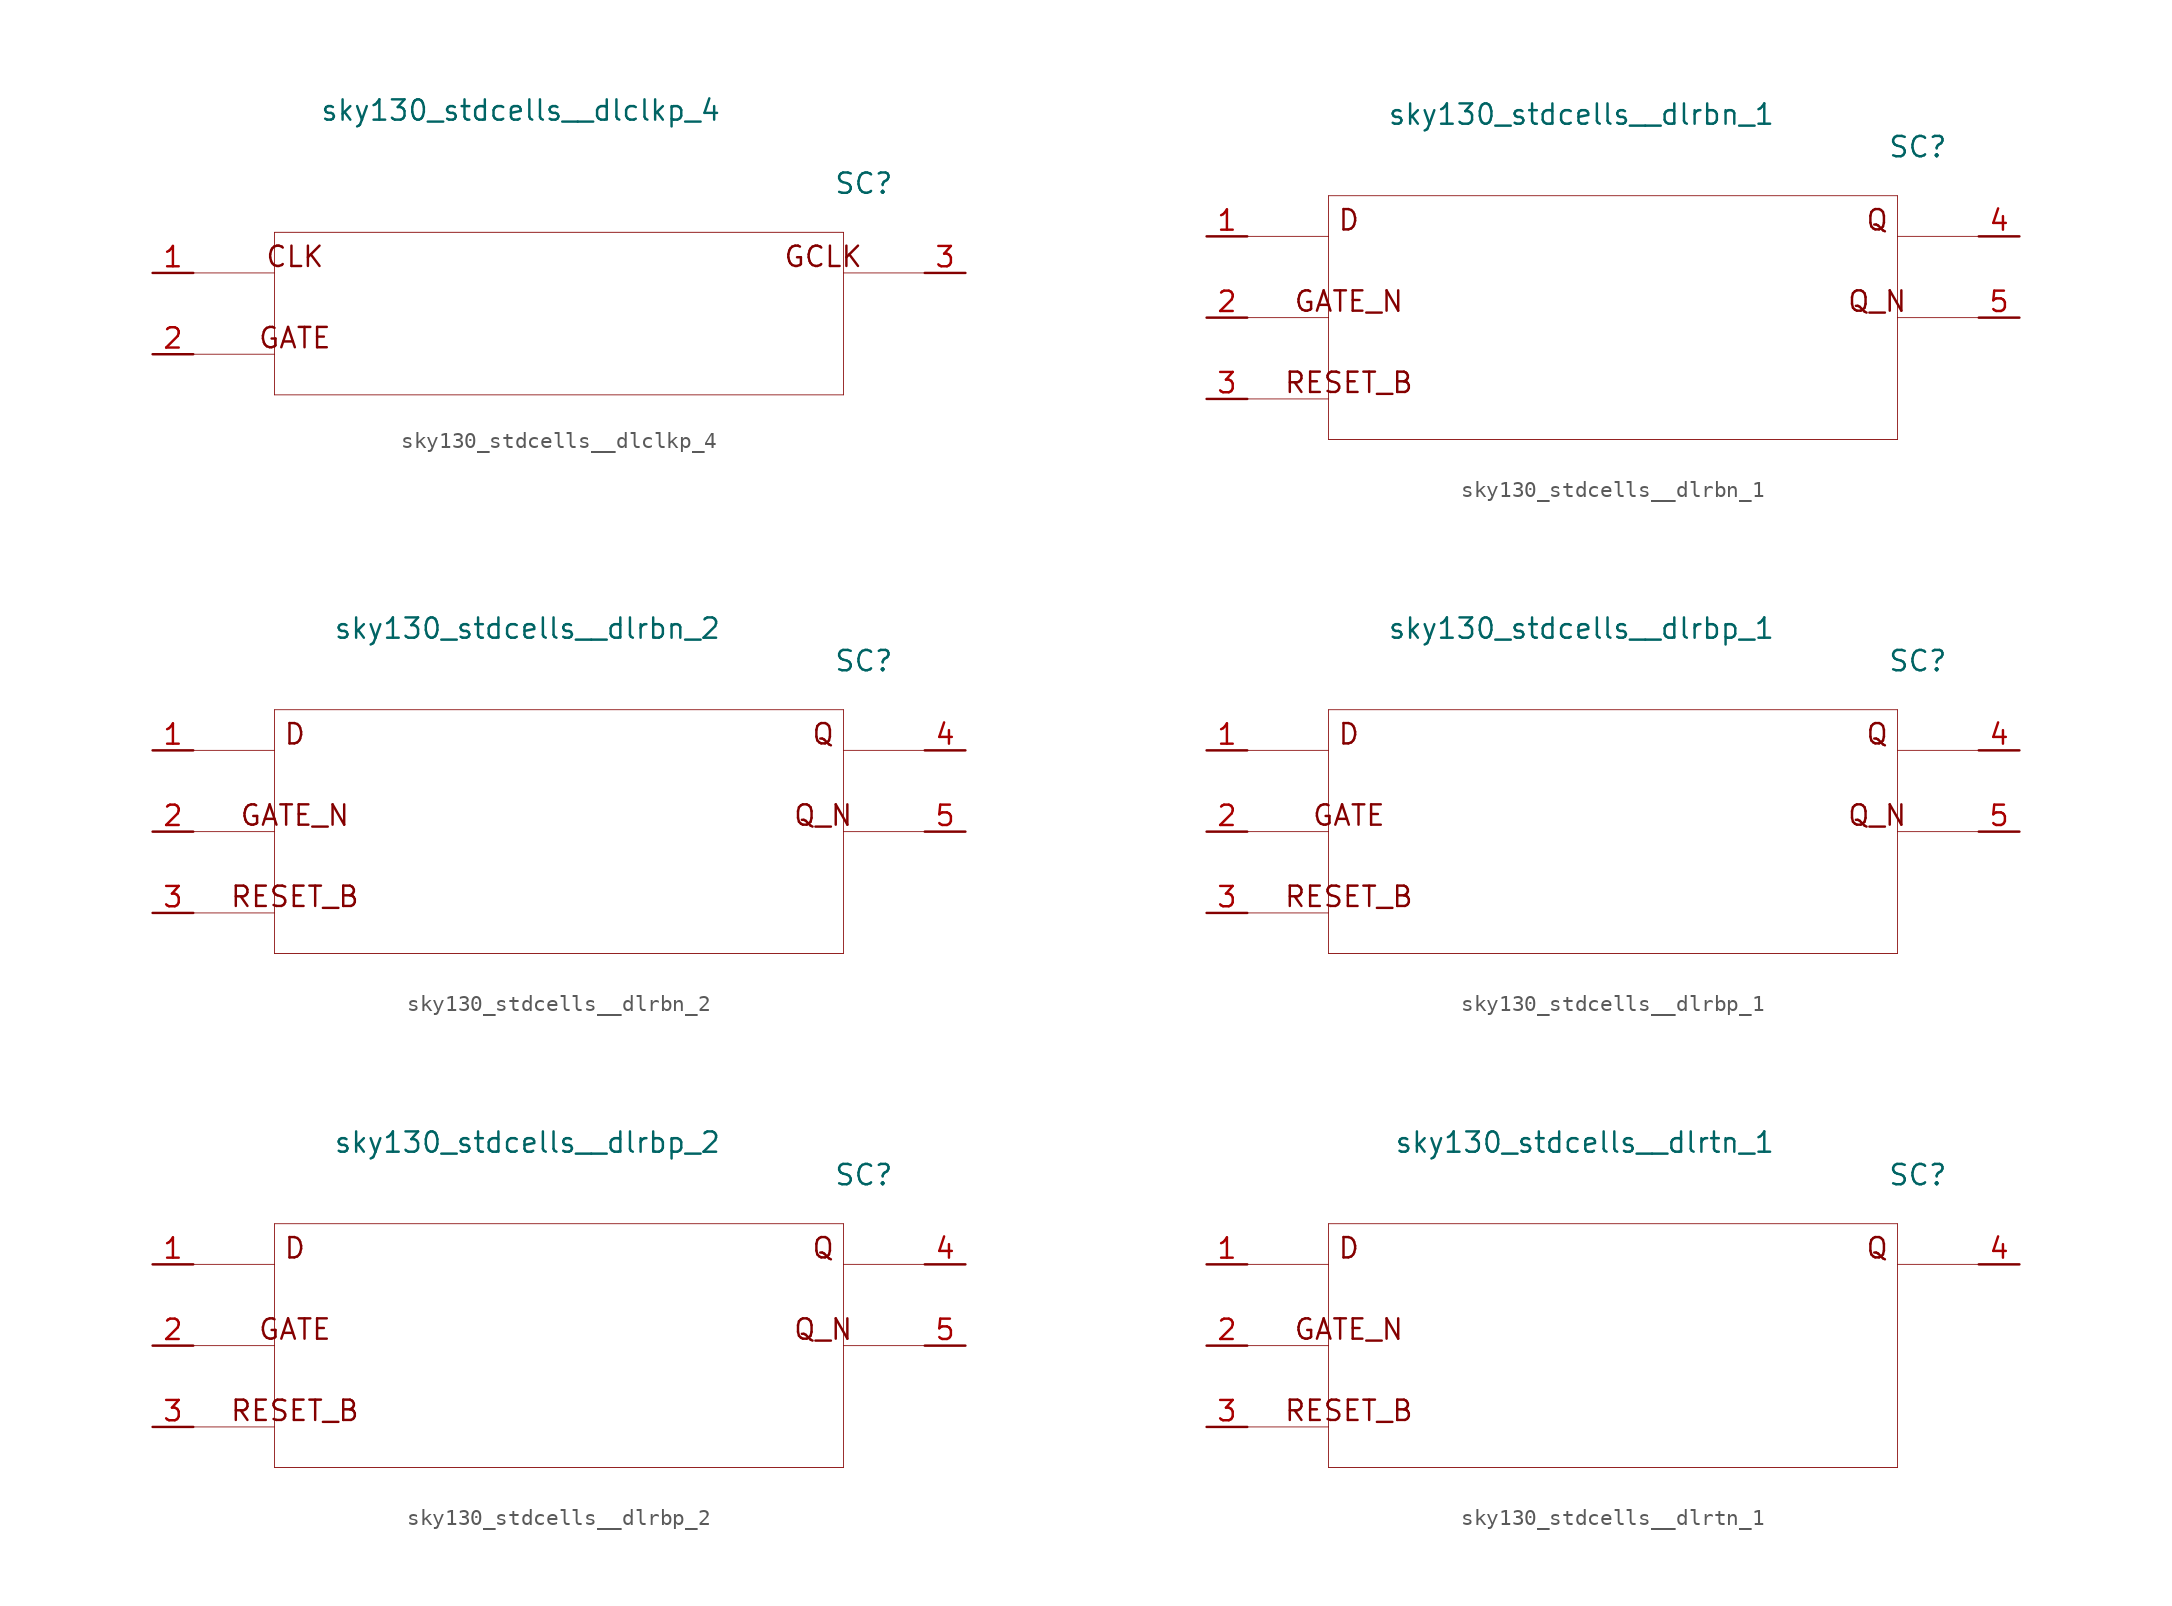
<source format=kicad_sym>
(kicad_symbol_lib
  (version 20211014)
  (generator kicad_symbol_editor)
  (symbol "sky130_stdcells__dlclkp_4"
    (pin_names hide)
    (property "Reference" "SC"
      (at 19.05 8.128 0)
      (effects (font (size 1.27 1.27))))
    (property "Value" "sky130_stdcells__dlclkp_4"
      (at 10.16 12.7 0)
      (effects (font (size 1.27 1.27)) (justify right)))
    (symbol "sky130_stdcells__dlclkp_4_0_0"
      (polyline (pts (xy -22.86 -2.54) (xy -17.78 -2.54)) (stroke (width 0.051) (type default) (color 0 0 0 0)) (fill (type none)))
      (polyline (pts (xy -22.86 2.54) (xy -17.78 2.54)) (stroke (width 0.051) (type default) (color 0 0 0 0)) (fill (type none)))
      (polyline (pts (xy -17.78 -5.08) (xy 17.78 -5.08)) (stroke (width 0.051) (type default) (color 0 0 0 0)) (fill (type none)))
      (polyline (pts (xy -17.78 5.08) (xy -17.78 -5.08)) (stroke (width 0.051) (type default) (color 0 0 0 0)) (fill (type none)))
      (polyline (pts (xy -17.78 5.08) (xy 17.78 5.08)) (stroke (width 0.051) (type default) (color 0 0 0 0)) (fill (type none)))
      (polyline (pts (xy 17.78 2.54) (xy 22.86 2.54)) (stroke (width 0.051) (type default) (color 0 0 0 0)) (fill (type none)))
      (polyline (pts (xy 17.78 5.08) (xy 17.78 -5.08)) (stroke (width 0.051) (type default) (color 0 0 0 0)) (fill (type none)))
      (text "CLK" (at -16.51 3.556 0) (effects (font (size 1.27 1.27))))
      (text "GATE" (at -16.51 -1.524 0) (effects (font (size 1.27 1.27))))
      (text "GCLK" (at 16.51 3.556 0) (effects (font (size 1.27 1.27)))))
    (symbol "sky130_stdcells__dlclkp_4_1_1"
      (pin input line (at -25.4 2.54 0) (length 2.54) (name "CLK" (effects (font (size 1.092 1.092)))) (number "1" (effects (font (size 1.27 1.27)))))
      (pin input line (at -25.4 -2.54 0) (length 2.54) (name "GATE" (effects (font (size 1.092 1.092)))) (number "2" (effects (font (size 1.27 1.27)))))
      (pin output line (at 25.4 2.54 180) (length 2.54) (name "GCLK" (effects (font (size 1.092 1.092)))) (number "3" (effects (font (size 1.27 1.27)))))))
  (symbol "sky130_stdcells__dlrbn_1"
    (pin_names hide)
    (property "Reference" "SC"
      (at 19.05 10.668 0)
      (effects (font (size 1.27 1.27))))
    (property "Value" "sky130_stdcells__dlrbn_1"
      (at 10.16 12.7 0)
      (effects (font (size 1.27 1.27)) (justify right)))
    (symbol "sky130_stdcells__dlrbn_1_0_0"
      (polyline (pts (xy -22.86 -5.08) (xy -17.78 -5.08)) (stroke (width 0.051) (type default) (color 0 0 0 0)) (fill (type none)))
      (polyline (pts (xy -22.86 0) (xy -17.78 0)) (stroke (width 0.051) (type default) (color 0 0 0 0)) (fill (type none)))
      (polyline (pts (xy -22.86 5.08) (xy -17.78 5.08)) (stroke (width 0.051) (type default) (color 0 0 0 0)) (fill (type none)))
      (polyline (pts (xy -17.78 -7.62) (xy 17.78 -7.62)) (stroke (width 0.051) (type default) (color 0 0 0 0)) (fill (type none)))
      (polyline (pts (xy -17.78 7.62) (xy -17.78 -7.62)) (stroke (width 0.051) (type default) (color 0 0 0 0)) (fill (type none)))
      (polyline (pts (xy -17.78 7.62) (xy 17.78 7.62)) (stroke (width 0.051) (type default) (color 0 0 0 0)) (fill (type none)))
      (polyline (pts (xy 17.78 0) (xy 22.86 0)) (stroke (width 0.051) (type default) (color 0 0 0 0)) (fill (type none)))
      (polyline (pts (xy 17.78 5.08) (xy 22.86 5.08)) (stroke (width 0.051) (type default) (color 0 0 0 0)) (fill (type none)))
      (polyline (pts (xy 17.78 7.62) (xy 17.78 -7.62)) (stroke (width 0.051) (type default) (color 0 0 0 0)) (fill (type none)))
      (text "D" (at -16.51 6.096 0) (effects (font (size 1.27 1.27))))
      (text "GATE_N" (at -16.51 1.016 0) (effects (font (size 1.27 1.27))))
      (text "Q" (at 16.51 6.096 0) (effects (font (size 1.27 1.27))))
      (text "Q_N" (at 16.51 1.016 0) (effects (font (size 1.27 1.27))))
      (text "RESET_B" (at -16.51 -4.064 0) (effects (font (size 1.27 1.27)))))
    (symbol "sky130_stdcells__dlrbn_1_1_1"
      (pin input line (at -25.4 5.08 0) (length 2.54) (name "D" (effects (font (size 1.092 1.092)))) (number "1" (effects (font (size 1.27 1.27)))))
      (pin input line (at -25.4 0 0) (length 2.54) (name "GATE_N" (effects (font (size 1.092 1.092)))) (number "2" (effects (font (size 1.27 1.27)))))
      (pin input line (at -25.4 -5.08 0) (length 2.54) (name "RESET_B" (effects (font (size 1.092 1.092)))) (number "3" (effects (font (size 1.27 1.27)))))
      (pin output line (at 25.4 5.08 180) (length 2.54) (name "Q" (effects (font (size 1.092 1.092)))) (number "4" (effects (font (size 1.27 1.27)))))
      (pin output line (at 25.4 0 180) (length 2.54) (name "Q_N" (effects (font (size 1.092 1.092)))) (number "5" (effects (font (size 1.27 1.27)))))))
  (symbol "sky130_stdcells__dlrbn_2"
    (pin_names hide)
    (property "Reference" "SC"
      (at 19.05 10.668 0)
      (effects (font (size 1.27 1.27))))
    (property "Value" "sky130_stdcells__dlrbn_2"
      (at 10.16 12.7 0)
      (effects (font (size 1.27 1.27)) (justify right)))
    (symbol "sky130_stdcells__dlrbn_2_0_0"
      (polyline (pts (xy -22.86 -5.08) (xy -17.78 -5.08)) (stroke (width 0.051) (type default) (color 0 0 0 0)) (fill (type none)))
      (polyline (pts (xy -22.86 0) (xy -17.78 0)) (stroke (width 0.051) (type default) (color 0 0 0 0)) (fill (type none)))
      (polyline (pts (xy -22.86 5.08) (xy -17.78 5.08)) (stroke (width 0.051) (type default) (color 0 0 0 0)) (fill (type none)))
      (polyline (pts (xy -17.78 -7.62) (xy 17.78 -7.62)) (stroke (width 0.051) (type default) (color 0 0 0 0)) (fill (type none)))
      (polyline (pts (xy -17.78 7.62) (xy -17.78 -7.62)) (stroke (width 0.051) (type default) (color 0 0 0 0)) (fill (type none)))
      (polyline (pts (xy -17.78 7.62) (xy 17.78 7.62)) (stroke (width 0.051) (type default) (color 0 0 0 0)) (fill (type none)))
      (polyline (pts (xy 17.78 0) (xy 22.86 0)) (stroke (width 0.051) (type default) (color 0 0 0 0)) (fill (type none)))
      (polyline (pts (xy 17.78 5.08) (xy 22.86 5.08)) (stroke (width 0.051) (type default) (color 0 0 0 0)) (fill (type none)))
      (polyline (pts (xy 17.78 7.62) (xy 17.78 -7.62)) (stroke (width 0.051) (type default) (color 0 0 0 0)) (fill (type none)))
      (text "D" (at -16.51 6.096 0) (effects (font (size 1.27 1.27))))
      (text "GATE_N" (at -16.51 1.016 0) (effects (font (size 1.27 1.27))))
      (text "Q" (at 16.51 6.096 0) (effects (font (size 1.27 1.27))))
      (text "Q_N" (at 16.51 1.016 0) (effects (font (size 1.27 1.27))))
      (text "RESET_B" (at -16.51 -4.064 0) (effects (font (size 1.27 1.27)))))
    (symbol "sky130_stdcells__dlrbn_2_1_1"
      (pin input line (at -25.4 5.08 0) (length 2.54) (name "D" (effects (font (size 1.092 1.092)))) (number "1" (effects (font (size 1.27 1.27)))))
      (pin input line (at -25.4 0 0) (length 2.54) (name "GATE_N" (effects (font (size 1.092 1.092)))) (number "2" (effects (font (size 1.27 1.27)))))
      (pin input line (at -25.4 -5.08 0) (length 2.54) (name "RESET_B" (effects (font (size 1.092 1.092)))) (number "3" (effects (font (size 1.27 1.27)))))
      (pin output line (at 25.4 5.08 180) (length 2.54) (name "Q" (effects (font (size 1.092 1.092)))) (number "4" (effects (font (size 1.27 1.27)))))
      (pin output line (at 25.4 0 180) (length 2.54) (name "Q_N" (effects (font (size 1.092 1.092)))) (number "5" (effects (font (size 1.27 1.27)))))))
  (symbol "sky130_stdcells__dlrbp_1"
    (pin_names hide)
    (property "Reference" "SC"
      (at 19.05 10.668 0)
      (effects (font (size 1.27 1.27))))
    (property "Value" "sky130_stdcells__dlrbp_1"
      (at 10.16 12.7 0)
      (effects (font (size 1.27 1.27)) (justify right)))
    (symbol "sky130_stdcells__dlrbp_1_0_0"
      (polyline (pts (xy -22.86 -5.08) (xy -17.78 -5.08)) (stroke (width 0.051) (type default) (color 0 0 0 0)) (fill (type none)))
      (polyline (pts (xy -22.86 0) (xy -17.78 0)) (stroke (width 0.051) (type default) (color 0 0 0 0)) (fill (type none)))
      (polyline (pts (xy -22.86 5.08) (xy -17.78 5.08)) (stroke (width 0.051) (type default) (color 0 0 0 0)) (fill (type none)))
      (polyline (pts (xy -17.78 -7.62) (xy 17.78 -7.62)) (stroke (width 0.051) (type default) (color 0 0 0 0)) (fill (type none)))
      (polyline (pts (xy -17.78 7.62) (xy -17.78 -7.62)) (stroke (width 0.051) (type default) (color 0 0 0 0)) (fill (type none)))
      (polyline (pts (xy -17.78 7.62) (xy 17.78 7.62)) (stroke (width 0.051) (type default) (color 0 0 0 0)) (fill (type none)))
      (polyline (pts (xy 17.78 0) (xy 22.86 0)) (stroke (width 0.051) (type default) (color 0 0 0 0)) (fill (type none)))
      (polyline (pts (xy 17.78 5.08) (xy 22.86 5.08)) (stroke (width 0.051) (type default) (color 0 0 0 0)) (fill (type none)))
      (polyline (pts (xy 17.78 7.62) (xy 17.78 -7.62)) (stroke (width 0.051) (type default) (color 0 0 0 0)) (fill (type none)))
      (text "D" (at -16.51 6.096 0) (effects (font (size 1.27 1.27))))
      (text "GATE" (at -16.51 1.016 0) (effects (font (size 1.27 1.27))))
      (text "Q" (at 16.51 6.096 0) (effects (font (size 1.27 1.27))))
      (text "Q_N" (at 16.51 1.016 0) (effects (font (size 1.27 1.27))))
      (text "RESET_B" (at -16.51 -4.064 0) (effects (font (size 1.27 1.27)))))
    (symbol "sky130_stdcells__dlrbp_1_1_1"
      (pin input line (at -25.4 5.08 0) (length 2.54) (name "D" (effects (font (size 1.092 1.092)))) (number "1" (effects (font (size 1.27 1.27)))))
      (pin input line (at -25.4 0 0) (length 2.54) (name "GATE" (effects (font (size 1.092 1.092)))) (number "2" (effects (font (size 1.27 1.27)))))
      (pin input line (at -25.4 -5.08 0) (length 2.54) (name "RESET_B" (effects (font (size 1.092 1.092)))) (number "3" (effects (font (size 1.27 1.27)))))
      (pin output line (at 25.4 5.08 180) (length 2.54) (name "Q" (effects (font (size 1.092 1.092)))) (number "4" (effects (font (size 1.27 1.27)))))
      (pin output line (at 25.4 0 180) (length 2.54) (name "Q_N" (effects (font (size 1.092 1.092)))) (number "5" (effects (font (size 1.27 1.27)))))))
  (symbol "sky130_stdcells__dlrbp_2"
    (pin_names hide)
    (property "Reference" "SC"
      (at 19.05 10.668 0)
      (effects (font (size 1.27 1.27))))
    (property "Value" "sky130_stdcells__dlrbp_2"
      (at 10.16 12.7 0)
      (effects (font (size 1.27 1.27)) (justify right)))
    (symbol "sky130_stdcells__dlrbp_2_0_0"
      (polyline (pts (xy -22.86 -5.08) (xy -17.78 -5.08)) (stroke (width 0.051) (type default) (color 0 0 0 0)) (fill (type none)))
      (polyline (pts (xy -22.86 0) (xy -17.78 0)) (stroke (width 0.051) (type default) (color 0 0 0 0)) (fill (type none)))
      (polyline (pts (xy -22.86 5.08) (xy -17.78 5.08)) (stroke (width 0.051) (type default) (color 0 0 0 0)) (fill (type none)))
      (polyline (pts (xy -17.78 -7.62) (xy 17.78 -7.62)) (stroke (width 0.051) (type default) (color 0 0 0 0)) (fill (type none)))
      (polyline (pts (xy -17.78 7.62) (xy -17.78 -7.62)) (stroke (width 0.051) (type default) (color 0 0 0 0)) (fill (type none)))
      (polyline (pts (xy -17.78 7.62) (xy 17.78 7.62)) (stroke (width 0.051) (type default) (color 0 0 0 0)) (fill (type none)))
      (polyline (pts (xy 17.78 0) (xy 22.86 0)) (stroke (width 0.051) (type default) (color 0 0 0 0)) (fill (type none)))
      (polyline (pts (xy 17.78 5.08) (xy 22.86 5.08)) (stroke (width 0.051) (type default) (color 0 0 0 0)) (fill (type none)))
      (polyline (pts (xy 17.78 7.62) (xy 17.78 -7.62)) (stroke (width 0.051) (type default) (color 0 0 0 0)) (fill (type none)))
      (text "D" (at -16.51 6.096 0) (effects (font (size 1.27 1.27))))
      (text "GATE" (at -16.51 1.016 0) (effects (font (size 1.27 1.27))))
      (text "Q" (at 16.51 6.096 0) (effects (font (size 1.27 1.27))))
      (text "Q_N" (at 16.51 1.016 0) (effects (font (size 1.27 1.27))))
      (text "RESET_B" (at -16.51 -4.064 0) (effects (font (size 1.27 1.27)))))
    (symbol "sky130_stdcells__dlrbp_2_1_1"
      (pin input line (at -25.4 5.08 0) (length 2.54) (name "D" (effects (font (size 1.092 1.092)))) (number "1" (effects (font (size 1.27 1.27)))))
      (pin input line (at -25.4 0 0) (length 2.54) (name "GATE" (effects (font (size 1.092 1.092)))) (number "2" (effects (font (size 1.27 1.27)))))
      (pin input line (at -25.4 -5.08 0) (length 2.54) (name "RESET_B" (effects (font (size 1.092 1.092)))) (number "3" (effects (font (size 1.27 1.27)))))
      (pin output line (at 25.4 5.08 180) (length 2.54) (name "Q" (effects (font (size 1.092 1.092)))) (number "4" (effects (font (size 1.27 1.27)))))
      (pin output line (at 25.4 0 180) (length 2.54) (name "Q_N" (effects (font (size 1.092 1.092)))) (number "5" (effects (font (size 1.27 1.27)))))))
  (symbol "sky130_stdcells__dlrtn_1"
    (pin_names hide)
    (property "Reference" "SC"
      (at 19.05 10.668 0)
      (effects (font (size 1.27 1.27))))
    (property "Value" "sky130_stdcells__dlrtn_1"
      (at 10.16 12.7 0)
      (effects (font (size 1.27 1.27)) (justify right)))
    (symbol "sky130_stdcells__dlrtn_1_0_0"
      (polyline (pts (xy -22.86 -5.08) (xy -17.78 -5.08)) (stroke (width 0.051) (type default) (color 0 0 0 0)) (fill (type none)))
      (polyline (pts (xy -22.86 0) (xy -17.78 0)) (stroke (width 0.051) (type default) (color 0 0 0 0)) (fill (type none)))
      (polyline (pts (xy -22.86 5.08) (xy -17.78 5.08)) (stroke (width 0.051) (type default) (color 0 0 0 0)) (fill (type none)))
      (polyline (pts (xy -17.78 -7.62) (xy 17.78 -7.62)) (stroke (width 0.051) (type default) (color 0 0 0 0)) (fill (type none)))
      (polyline (pts (xy -17.78 7.62) (xy -17.78 -7.62)) (stroke (width 0.051) (type default) (color 0 0 0 0)) (fill (type none)))
      (polyline (pts (xy -17.78 7.62) (xy 17.78 7.62)) (stroke (width 0.051) (type default) (color 0 0 0 0)) (fill (type none)))
      (polyline (pts (xy 17.78 5.08) (xy 22.86 5.08)) (stroke (width 0.051) (type default) (color 0 0 0 0)) (fill (type none)))
      (polyline (pts (xy 17.78 7.62) (xy 17.78 -7.62)) (stroke (width 0.051) (type default) (color 0 0 0 0)) (fill (type none)))
      (text "D" (at -16.51 6.096 0) (effects (font (size 1.27 1.27))))
      (text "GATE_N" (at -16.51 1.016 0) (effects (font (size 1.27 1.27))))
      (text "Q" (at 16.51 6.096 0) (effects (font (size 1.27 1.27))))
      (text "RESET_B" (at -16.51 -4.064 0) (effects (font (size 1.27 1.27)))))
    (symbol "sky130_stdcells__dlrtn_1_1_1"
      (pin input line (at -25.4 5.08 0) (length 2.54) (name "D" (effects (font (size 1.092 1.092)))) (number "1" (effects (font (size 1.27 1.27)))))
      (pin input line (at -25.4 0 0) (length 2.54) (name "GATE_N" (effects (font (size 1.092 1.092)))) (number "2" (effects (font (size 1.27 1.27)))))
      (pin input line (at -25.4 -5.08 0) (length 2.54) (name "RESET_B" (effects (font (size 1.092 1.092)))) (number "3" (effects (font (size 1.27 1.27)))))
      (pin output line (at 25.4 5.08 180) (length 2.54) (name "Q" (effects (font (size 1.092 1.092)))) (number "4" (effects (font (size 1.27 1.27))))))))
</source>
